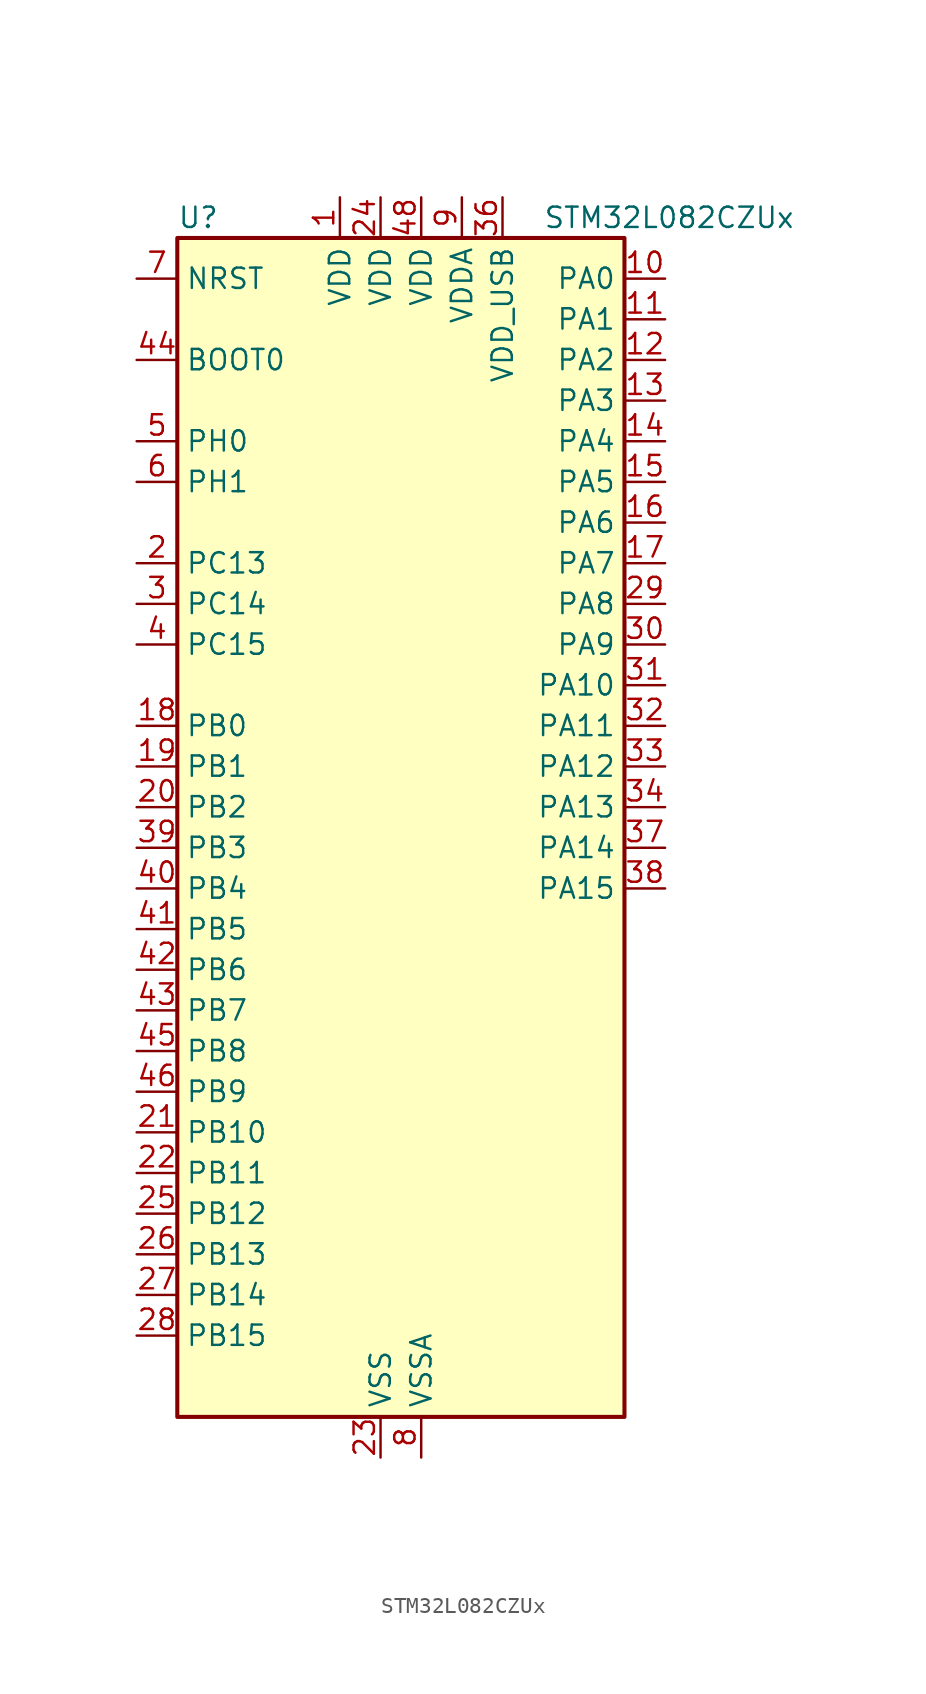
<source format=kicad_sym>
(kicad_symbol_lib
  (version 20220914)
  (generator kicad_symbol_editor)
  (symbol "STM32L082CZUx"
    (property "Reference" "U"
      (at -12.7 39.37 0)
      (effects (font (size 1.27 1.27)) (justify left)))
    (property "Value" "STM32L082CZUx"
      (at 10.16 39.37 0)
      (effects (font (size 1.27 1.27)) (justify left)))
    (property "ki_locked" ""
      (at 0 0 0)
      (effects (font (size 1.27 1.27))))
    (symbol "STM32L082CZUx_0_1"
      (rectangle (start -12.7 -35.56) (end 15.24 38.1) (stroke (width 0.254) (type default)) (fill (type background))))
    (symbol "STM32L082CZUx_1_1"
      (pin power_in line (at -2.54 40.64 270) (length 2.54) (name "VDD" (effects (font (size 1.27 1.27)))) (number "1" (effects (font (size 1.27 1.27)))))
      (pin bidirectional line (at 17.78 35.56 180) (length 2.54) (name "PA0" (effects (font (size 1.27 1.27)))) (number "10" (effects (font (size 1.27 1.27)))) (alternate "ADC_IN0" bidirectional line) (alternate "COMP1_INM" bidirectional line) (alternate "COMP1_OUT" bidirectional line) (alternate "RTC_TAMP2" bidirectional line) (alternate "SYS_WKUP1" bidirectional line) (alternate "TIM2_CH1" bidirectional line) (alternate "TIM2_ETR" bidirectional line) (alternate "TSC_G1_IO1" bidirectional line) (alternate "USART2_CTS" bidirectional line) (alternate "USART4_TX" bidirectional line))
      (pin bidirectional line (at 17.78 33.02 180) (length 2.54) (name "PA1" (effects (font (size 1.27 1.27)))) (number "11" (effects (font (size 1.27 1.27)))) (alternate "ADC_IN1" bidirectional line) (alternate "COMP1_INP" bidirectional line) (alternate "TIM21_ETR" bidirectional line) (alternate "TIM2_CH2" bidirectional line) (alternate "TSC_G1_IO2" bidirectional line) (alternate "USART2_DE" bidirectional line) (alternate "USART2_RTS" bidirectional line) (alternate "USART4_RX" bidirectional line))
      (pin bidirectional line (at 17.78 30.48 180) (length 2.54) (name "PA2" (effects (font (size 1.27 1.27)))) (number "12" (effects (font (size 1.27 1.27)))) (alternate "ADC_IN2" bidirectional line) (alternate "COMP2_INM" bidirectional line) (alternate "COMP2_OUT" bidirectional line) (alternate "LPUART1_TX" bidirectional line) (alternate "TIM21_CH1" bidirectional line) (alternate "TIM2_CH3" bidirectional line) (alternate "TSC_G1_IO3" bidirectional line) (alternate "USART2_TX" bidirectional line))
      (pin bidirectional line (at 17.78 27.94 180) (length 2.54) (name "PA3" (effects (font (size 1.27 1.27)))) (number "13" (effects (font (size 1.27 1.27)))) (alternate "ADC_IN3" bidirectional line) (alternate "COMP2_INP" bidirectional line) (alternate "LPUART1_RX" bidirectional line) (alternate "TIM21_CH2" bidirectional line) (alternate "TIM2_CH4" bidirectional line) (alternate "TSC_G1_IO4" bidirectional line) (alternate "USART2_RX" bidirectional line))
      (pin bidirectional line (at 17.78 25.4 180) (length 2.54) (name "PA4" (effects (font (size 1.27 1.27)))) (number "14" (effects (font (size 1.27 1.27)))) (alternate "ADC_IN4" bidirectional line) (alternate "COMP1_INM" bidirectional line) (alternate "COMP2_INM" bidirectional line) (alternate "DAC_OUT1" bidirectional line) (alternate "SPI1_NSS" bidirectional line) (alternate "TIM22_ETR" bidirectional line) (alternate "TSC_G2_IO1" bidirectional line) (alternate "USART2_CK" bidirectional line))
      (pin bidirectional line (at 17.78 22.86 180) (length 2.54) (name "PA5" (effects (font (size 1.27 1.27)))) (number "15" (effects (font (size 1.27 1.27)))) (alternate "ADC_IN5" bidirectional line) (alternate "COMP1_INM" bidirectional line) (alternate "COMP2_INM" bidirectional line) (alternate "DAC_OUT2" bidirectional line) (alternate "SPI1_SCK" bidirectional line) (alternate "TIM2_CH1" bidirectional line) (alternate "TIM2_ETR" bidirectional line) (alternate "TSC_G2_IO2" bidirectional line))
      (pin bidirectional line (at 17.78 20.32 180) (length 2.54) (name "PA6" (effects (font (size 1.27 1.27)))) (number "16" (effects (font (size 1.27 1.27)))) (alternate "ADC_IN6" bidirectional line) (alternate "COMP1_OUT" bidirectional line) (alternate "LPUART1_CTS" bidirectional line) (alternate "SPI1_MISO" bidirectional line) (alternate "TIM22_CH1" bidirectional line) (alternate "TIM3_CH1" bidirectional line) (alternate "TSC_G2_IO3" bidirectional line))
      (pin bidirectional line (at 17.78 17.78 180) (length 2.54) (name "PA7" (effects (font (size 1.27 1.27)))) (number "17" (effects (font (size 1.27 1.27)))) (alternate "ADC_IN7" bidirectional line) (alternate "COMP2_OUT" bidirectional line) (alternate "SPI1_MOSI" bidirectional line) (alternate "TIM22_CH2" bidirectional line) (alternate "TIM3_CH2" bidirectional line) (alternate "TSC_G2_IO4" bidirectional line))
      (pin bidirectional line (at -15.24 7.62 0) (length 2.54) (name "PB0" (effects (font (size 1.27 1.27)))) (number "18" (effects (font (size 1.27 1.27)))) (alternate "ADC_IN8" bidirectional line) (alternate "SYS_VREF_OUT_PB0" bidirectional line) (alternate "TIM3_CH3" bidirectional line) (alternate "TSC_G3_IO2" bidirectional line))
      (pin bidirectional line (at -15.24 5.08 0) (length 2.54) (name "PB1" (effects (font (size 1.27 1.27)))) (number "19" (effects (font (size 1.27 1.27)))) (alternate "ADC_IN9" bidirectional line) (alternate "LPUART1_DE" bidirectional line) (alternate "LPUART1_RTS" bidirectional line) (alternate "SYS_VREF_OUT_PB1" bidirectional line) (alternate "TIM3_CH4" bidirectional line) (alternate "TSC_G3_IO3" bidirectional line))
      (pin bidirectional line (at -15.24 17.78 0) (length 2.54) (name "PC13" (effects (font (size 1.27 1.27)))) (number "2" (effects (font (size 1.27 1.27)))) (alternate "RTC_OUT_ALARM" bidirectional line) (alternate "RTC_OUT_CALIB" bidirectional line) (alternate "RTC_TAMP1" bidirectional line) (alternate "RTC_TS" bidirectional line) (alternate "SYS_WKUP2" bidirectional line))
      (pin bidirectional line (at -15.24 2.54 0) (length 2.54) (name "PB2" (effects (font (size 1.27 1.27)))) (number "20" (effects (font (size 1.27 1.27)))) (alternate "I2C3_SMBA" bidirectional line) (alternate "LPTIM1_OUT" bidirectional line) (alternate "TSC_G3_IO4" bidirectional line))
      (pin bidirectional line (at -15.24 -17.78 0) (length 2.54) (name "PB10" (effects (font (size 1.27 1.27)))) (number "21" (effects (font (size 1.27 1.27)))) (alternate "I2C2_SCL" bidirectional line) (alternate "LPUART1_RX" bidirectional line) (alternate "LPUART1_TX" bidirectional line) (alternate "SPI2_SCK" bidirectional line) (alternate "TIM2_CH3" bidirectional line) (alternate "TSC_SYNC" bidirectional line))
      (pin bidirectional line (at -15.24 -20.32 0) (length 2.54) (name "PB11" (effects (font (size 1.27 1.27)))) (number "22" (effects (font (size 1.27 1.27)))) (alternate "ADC_EXTI11" bidirectional line) (alternate "I2C2_SDA" bidirectional line) (alternate "LPUART1_RX" bidirectional line) (alternate "LPUART1_TX" bidirectional line) (alternate "TIM2_CH4" bidirectional line) (alternate "TSC_G6_IO1" bidirectional line))
      (pin power_in line (at 0 -38.1 90) (length 2.54) (name "VSS" (effects (font (size 1.27 1.27)))) (number "23" (effects (font (size 1.27 1.27)))))
      (pin power_in line (at 0 40.64 270) (length 2.54) (name "VDD" (effects (font (size 1.27 1.27)))) (number "24" (effects (font (size 1.27 1.27)))))
      (pin bidirectional line (at -15.24 -22.86 0) (length 2.54) (name "PB12" (effects (font (size 1.27 1.27)))) (number "25" (effects (font (size 1.27 1.27)))) (alternate "I2S2_WS" bidirectional line) (alternate "LPUART1_DE" bidirectional line) (alternate "LPUART1_RTS" bidirectional line) (alternate "SPI2_NSS" bidirectional line) (alternate "TSC_G6_IO2" bidirectional line))
      (pin bidirectional line (at -15.24 -25.4 0) (length 2.54) (name "PB13" (effects (font (size 1.27 1.27)))) (number "26" (effects (font (size 1.27 1.27)))) (alternate "I2C2_SCL" bidirectional line) (alternate "I2S2_CK" bidirectional line) (alternate "LPUART1_CTS" bidirectional line) (alternate "RCC_MCO" bidirectional line) (alternate "SPI2_SCK" bidirectional line) (alternate "TIM21_CH1" bidirectional line) (alternate "TSC_G6_IO3" bidirectional line))
      (pin bidirectional line (at -15.24 -27.94 0) (length 2.54) (name "PB14" (effects (font (size 1.27 1.27)))) (number "27" (effects (font (size 1.27 1.27)))) (alternate "I2C2_SDA" bidirectional line) (alternate "I2S2_MCK" bidirectional line) (alternate "LPUART1_DE" bidirectional line) (alternate "LPUART1_RTS" bidirectional line) (alternate "RTC_OUT_ALARM" bidirectional line) (alternate "RTC_OUT_CALIB" bidirectional line) (alternate "SPI2_MISO" bidirectional line) (alternate "TIM21_CH2" bidirectional line) (alternate "TSC_G6_IO4" bidirectional line))
      (pin bidirectional line (at -15.24 -30.48 0) (length 2.54) (name "PB15" (effects (font (size 1.27 1.27)))) (number "28" (effects (font (size 1.27 1.27)))) (alternate "I2S2_SD" bidirectional line) (alternate "RTC_REFIN" bidirectional line) (alternate "SPI2_MOSI" bidirectional line))
      (pin bidirectional line (at 17.78 15.24 180) (length 2.54) (name "PA8" (effects (font (size 1.27 1.27)))) (number "29" (effects (font (size 1.27 1.27)))) (alternate "CRS_SYNC" bidirectional line) (alternate "I2C3_SCL" bidirectional line) (alternate "RCC_MCO" bidirectional line) (alternate "USART1_CK" bidirectional line))
      (pin bidirectional line (at -15.24 15.24 0) (length 2.54) (name "PC14" (effects (font (size 1.27 1.27)))) (number "3" (effects (font (size 1.27 1.27)))) (alternate "RCC_OSC32_IN" bidirectional line))
      (pin bidirectional line (at 17.78 12.7 180) (length 2.54) (name "PA9" (effects (font (size 1.27 1.27)))) (number "30" (effects (font (size 1.27 1.27)))) (alternate "DAC_EXTI9" bidirectional line) (alternate "I2C1_SCL" bidirectional line) (alternate "I2C3_SMBA" bidirectional line) (alternate "RCC_MCO" bidirectional line) (alternate "TSC_G4_IO1" bidirectional line) (alternate "USART1_TX" bidirectional line))
      (pin bidirectional line (at 17.78 10.16 180) (length 2.54) (name "PA10" (effects (font (size 1.27 1.27)))) (number "31" (effects (font (size 1.27 1.27)))) (alternate "I2C1_SDA" bidirectional line) (alternate "TSC_G4_IO2" bidirectional line) (alternate "USART1_RX" bidirectional line))
      (pin bidirectional line (at 17.78 7.62 180) (length 2.54) (name "PA11" (effects (font (size 1.27 1.27)))) (number "32" (effects (font (size 1.27 1.27)))) (alternate "ADC_EXTI11" bidirectional line) (alternate "COMP1_OUT" bidirectional line) (alternate "SPI1_MISO" bidirectional line) (alternate "TSC_G4_IO3" bidirectional line) (alternate "USART1_CTS" bidirectional line) (alternate "USB_DM" bidirectional line))
      (pin bidirectional line (at 17.78 5.08 180) (length 2.54) (name "PA12" (effects (font (size 1.27 1.27)))) (number "33" (effects (font (size 1.27 1.27)))) (alternate "COMP2_OUT" bidirectional line) (alternate "SPI1_MOSI" bidirectional line) (alternate "TSC_G4_IO4" bidirectional line) (alternate "USART1_DE" bidirectional line) (alternate "USART1_RTS" bidirectional line) (alternate "USB_DP" bidirectional line))
      (pin bidirectional line (at 17.78 2.54 180) (length 2.54) (name "PA13" (effects (font (size 1.27 1.27)))) (number "34" (effects (font (size 1.27 1.27)))) (alternate "LPUART1_RX" bidirectional line) (alternate "SYS_SWDIO" bidirectional line) (alternate "USB_NOE" bidirectional line))
      (pin passive line (at 0 -38.1 90) (length 2.54) hide (name "VSS" (effects (font (size 1.27 1.27)))) (number "35" (effects (font (size 1.27 1.27)))))
      (pin power_in line (at 7.62 40.64 270) (length 2.54) (name "VDD_USB" (effects (font (size 1.27 1.27)))) (number "36" (effects (font (size 1.27 1.27)))))
      (pin bidirectional line (at 17.78 0 180) (length 2.54) (name "PA14" (effects (font (size 1.27 1.27)))) (number "37" (effects (font (size 1.27 1.27)))) (alternate "LPUART1_TX" bidirectional line) (alternate "SYS_SWCLK" bidirectional line) (alternate "USART2_TX" bidirectional line))
      (pin bidirectional line (at 17.78 -2.54 180) (length 2.54) (name "PA15" (effects (font (size 1.27 1.27)))) (number "38" (effects (font (size 1.27 1.27)))) (alternate "SPI1_NSS" bidirectional line) (alternate "TIM2_CH1" bidirectional line) (alternate "TIM2_ETR" bidirectional line) (alternate "USART2_RX" bidirectional line) (alternate "USART4_DE" bidirectional line) (alternate "USART4_RTS" bidirectional line))
      (pin bidirectional line (at -15.24 0 0) (length 2.54) (name "PB3" (effects (font (size 1.27 1.27)))) (number "39" (effects (font (size 1.27 1.27)))) (alternate "COMP2_INM" bidirectional line) (alternate "SPI1_SCK" bidirectional line) (alternate "TIM2_CH2" bidirectional line) (alternate "TSC_G5_IO1" bidirectional line) (alternate "USART1_DE" bidirectional line) (alternate "USART1_RTS" bidirectional line) (alternate "USART5_TX" bidirectional line))
      (pin bidirectional line (at -15.24 12.7 0) (length 2.54) (name "PC15" (effects (font (size 1.27 1.27)))) (number "4" (effects (font (size 1.27 1.27)))) (alternate "RCC_OSC32_OUT" bidirectional line))
      (pin bidirectional line (at -15.24 -2.54 0) (length 2.54) (name "PB4" (effects (font (size 1.27 1.27)))) (number "40" (effects (font (size 1.27 1.27)))) (alternate "COMP2_INP" bidirectional line) (alternate "I2C3_SDA" bidirectional line) (alternate "SPI1_MISO" bidirectional line) (alternate "TIM22_CH1" bidirectional line) (alternate "TIM3_CH1" bidirectional line) (alternate "TSC_G5_IO2" bidirectional line) (alternate "USART1_CTS" bidirectional line) (alternate "USART5_RX" bidirectional line))
      (pin bidirectional line (at -15.24 -5.08 0) (length 2.54) (name "PB5" (effects (font (size 1.27 1.27)))) (number "41" (effects (font (size 1.27 1.27)))) (alternate "COMP2_INP" bidirectional line) (alternate "I2C1_SMBA" bidirectional line) (alternate "LPTIM1_IN1" bidirectional line) (alternate "SPI1_MOSI" bidirectional line) (alternate "TIM22_CH2" bidirectional line) (alternate "TIM3_CH2" bidirectional line) (alternate "USART1_CK" bidirectional line) (alternate "USART5_CK" bidirectional line) (alternate "USART5_DE" bidirectional line) (alternate "USART5_RTS" bidirectional line))
      (pin bidirectional line (at -15.24 -7.62 0) (length 2.54) (name "PB6" (effects (font (size 1.27 1.27)))) (number "42" (effects (font (size 1.27 1.27)))) (alternate "COMP2_INP" bidirectional line) (alternate "I2C1_SCL" bidirectional line) (alternate "LPTIM1_ETR" bidirectional line) (alternate "TSC_G5_IO3" bidirectional line) (alternate "USART1_TX" bidirectional line))
      (pin bidirectional line (at -15.24 -10.16 0) (length 2.54) (name "PB7" (effects (font (size 1.27 1.27)))) (number "43" (effects (font (size 1.27 1.27)))) (alternate "COMP2_INP" bidirectional line) (alternate "I2C1_SDA" bidirectional line) (alternate "LPTIM1_IN2" bidirectional line) (alternate "SYS_PVD_IN" bidirectional line) (alternate "TSC_G5_IO4" bidirectional line) (alternate "USART1_RX" bidirectional line) (alternate "USART4_CTS" bidirectional line))
      (pin input line (at -15.24 30.48 0) (length 2.54) (name "BOOT0" (effects (font (size 1.27 1.27)))) (number "44" (effects (font (size 1.27 1.27)))))
      (pin bidirectional line (at -15.24 -12.7 0) (length 2.54) (name "PB8" (effects (font (size 1.27 1.27)))) (number "45" (effects (font (size 1.27 1.27)))) (alternate "I2C1_SCL" bidirectional line) (alternate "TSC_SYNC" bidirectional line))
      (pin bidirectional line (at -15.24 -15.24 0) (length 2.54) (name "PB9" (effects (font (size 1.27 1.27)))) (number "46" (effects (font (size 1.27 1.27)))) (alternate "DAC_EXTI9" bidirectional line) (alternate "I2C1_SDA" bidirectional line) (alternate "I2S2_WS" bidirectional line) (alternate "SPI2_NSS" bidirectional line))
      (pin passive line (at 0 -38.1 90) (length 2.54) hide (name "VSS" (effects (font (size 1.27 1.27)))) (number "47" (effects (font (size 1.27 1.27)))))
      (pin power_in line (at 2.54 40.64 270) (length 2.54) (name "VDD" (effects (font (size 1.27 1.27)))) (number "48" (effects (font (size 1.27 1.27)))))
      (pin passive line (at 0 -38.1 90) (length 2.54) hide (name "VSS" (effects (font (size 1.27 1.27)))) (number "49" (effects (font (size 1.27 1.27)))))
      (pin bidirectional line (at -15.24 25.4 0) (length 2.54) (name "PH0" (effects (font (size 1.27 1.27)))) (number "5" (effects (font (size 1.27 1.27)))) (alternate "CRS_SYNC" bidirectional line) (alternate "RCC_OSC_IN" bidirectional line))
      (pin bidirectional line (at -15.24 22.86 0) (length 2.54) (name "PH1" (effects (font (size 1.27 1.27)))) (number "6" (effects (font (size 1.27 1.27)))) (alternate "RCC_OSC_OUT" bidirectional line))
      (pin input line (at -15.24 35.56 0) (length 2.54) (name "NRST" (effects (font (size 1.27 1.27)))) (number "7" (effects (font (size 1.27 1.27)))))
      (pin power_in line (at 2.54 -38.1 90) (length 2.54) (name "VSSA" (effects (font (size 1.27 1.27)))) (number "8" (effects (font (size 1.27 1.27)))))
      (pin power_in line (at 5.08 40.64 270) (length 2.54) (name "VDDA" (effects (font (size 1.27 1.27)))) (number "9" (effects (font (size 1.27 1.27))))))))
</source>
